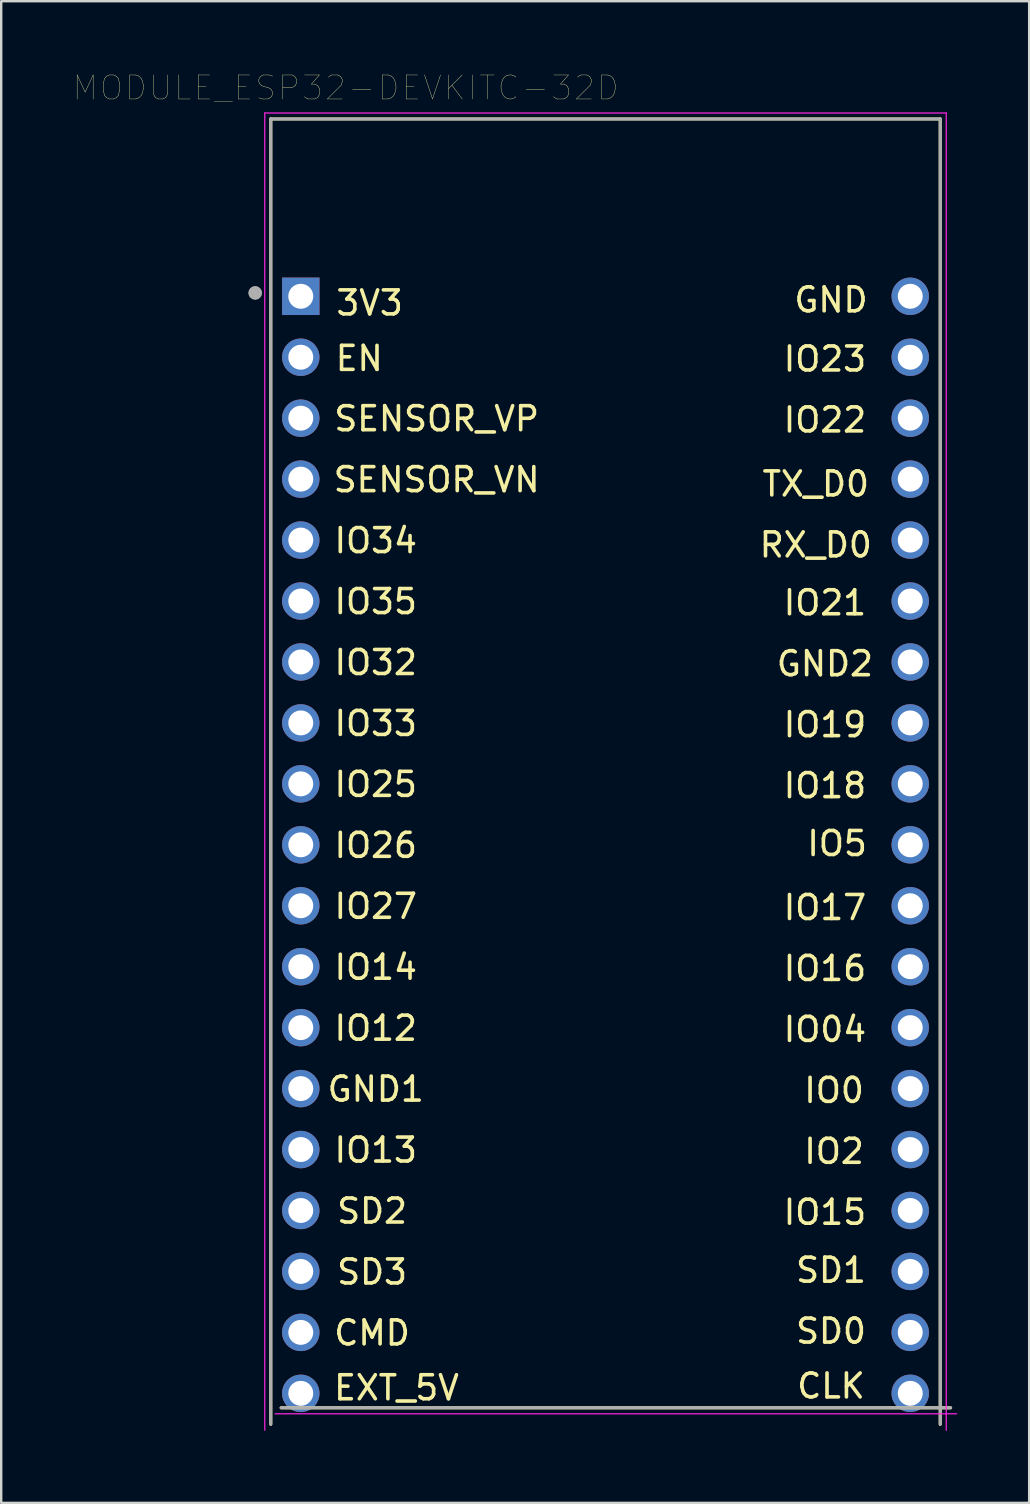
<source format=kicad_pcb>
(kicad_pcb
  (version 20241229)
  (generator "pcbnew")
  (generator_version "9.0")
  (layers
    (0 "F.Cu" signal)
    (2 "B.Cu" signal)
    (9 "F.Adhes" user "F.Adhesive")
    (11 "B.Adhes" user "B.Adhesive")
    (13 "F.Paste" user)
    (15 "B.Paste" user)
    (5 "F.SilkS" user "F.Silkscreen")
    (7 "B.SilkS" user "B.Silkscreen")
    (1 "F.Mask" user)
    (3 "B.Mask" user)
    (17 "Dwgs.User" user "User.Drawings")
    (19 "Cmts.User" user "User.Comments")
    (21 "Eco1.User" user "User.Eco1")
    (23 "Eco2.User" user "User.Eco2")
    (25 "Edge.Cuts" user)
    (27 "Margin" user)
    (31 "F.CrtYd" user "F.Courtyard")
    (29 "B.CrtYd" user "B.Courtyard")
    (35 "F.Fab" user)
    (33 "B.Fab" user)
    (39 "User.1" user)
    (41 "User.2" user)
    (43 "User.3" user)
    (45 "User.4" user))
  (footprint "MODULE_ESP32-DEVKITC-32D"
    (layer "F.Cu")
    (at 22.185 29.058)
    (property "Reference" "MODULE_ESP32-DEVKITC-32D" (at -10.829 -28.446 0) (layer "F.SilkS") (effects (font (size 1 1) (thickness 0.015))))
    (attr through_hole)
    (fp_line (start -13.95 -27.15) (end 13.95 -27.15) (stroke (width 0.127) (type solid)) (layer "F.SilkS"))
    (fp_line (start -13.95 27.25) (end -13.95 -27.15) (stroke (width 0.127) (type solid)) (layer "F.SilkS"))
    (fp_line (start 13.95 -27.15) (end 13.95 27.25) (stroke (width 0.127) (type solid)) (layer "F.SilkS"))
    (fp_line (start 14.382 26.564) (end -13.518 26.564) (stroke (width 0.127) (type solid)) (layer "F.SilkS"))
    (fp_line (start -14.2 -27.4) (end 14.2 -27.4) (stroke (width 0.05) (type solid)) (layer "F.CrtYd"))
    (fp_line (start -14.2 27.5) (end -14.2 -27.4) (stroke (width 0.05) (type solid)) (layer "F.CrtYd"))
    (fp_line (start 14.2 -27.4) (end 14.2 27.5) (stroke (width 0.05) (type solid)) (layer "F.CrtYd"))
    (fp_line (start 14.632 26.814) (end -13.768 26.814) (stroke (width 0.05) (type solid)) (layer "F.CrtYd"))
    (fp_line (start -13.95 -27.15) (end 13.95 -27.15) (stroke (width 0.127) (type solid)) (layer "F.Fab"))
    (fp_line (start -13.95 27.25) (end -13.95 -27.15) (stroke (width 0.127) (type solid)) (layer "F.Fab"))
    (fp_line (start 13.95 -27.15) (end 13.95 27.25) (stroke (width 0.127) (type solid)) (layer "F.Fab"))
    (fp_line (start 14.382 26.564) (end -13.518 26.564) (stroke (width 0.127) (type solid)) (layer "F.Fab"))
    (fp_circle (center -14.6 -19.9) (end -14.46 -19.9) (stroke (width 0.28) (type solid)) (fill no) (layer "F.Fab"))
    (fp_circle (center -14.6 -19.9) (end -14.46 -19.9) (stroke (width 0.28) (type solid)) (fill no) (layer "F.Fab"))
    (fp_text user "SENSOR_VP" (at -7.036 -14.656 0) (layer "F.SilkS") (effects (font (size 1 1) (thickness 0.15))))
    (fp_text user "SD3" (at -9.728 20.904 0) (layer "F.SilkS") (effects (font (size 1 1) (thickness 0.15))))
    (fp_text user "IO22" (at 9.144 -14.605 0) (layer "F.SilkS") (effects (font (size 1 1) (thickness 0.15))))
    (fp_text user "EN" (at -10.262 -17.17 0) (layer "F.SilkS") (effects (font (size 1 1) (thickness 0.15))))
    (fp_text user "CMD" (at -9.728 23.444 0) (layer "F.SilkS") (effects (font (size 1 1) (thickness 0.15))))
    (fp_text user "IO14" (at -9.576 8.204 0) (layer "F.SilkS") (effects (font (size 1 1) (thickness 0.15))))
    (fp_text user "IO26" (at -9.576 3.124 0) (layer "F.SilkS") (effects (font (size 1 1) (thickness 0.15))))
    (fp_text user "CLK" (at 9.398 25.654 0) (layer "F.SilkS") (effects (font (size 1 1) (thickness 0.15))))
    (fp_text user "IO25" (at -9.576 0.584 0) (layer "F.SilkS") (effects (font (size 1 1) (thickness 0.15))))
    (fp_text user "IO27" (at -9.576 5.664 0) (layer "F.SilkS") (effects (font (size 1 1) (thickness 0.15))))
    (fp_text user "IO32" (at -9.576 -4.496 0) (layer "F.SilkS") (effects (font (size 1 1) (thickness 0.15))))
    (fp_text user "IO21" (at 9.144 -6.985 0) (layer "F.SilkS") (effects (font (size 1 1) (thickness 0.15))))
    (fp_text user "GND" (at 9.398 -19.609 0) (layer "F.SilkS") (effects (font (size 1 1) (thickness 0.15))))
    (fp_text user "SD1" (at 9.398 20.828 0) (layer "F.SilkS") (effects (font (size 1 1) (thickness 0.15))))
    (fp_text user "IO13" (at -9.576 15.824 0) (layer "F.SilkS") (effects (font (size 1 1) (thickness 0.15))))
    (fp_text user "IO18" (at 9.144 0.635 0) (layer "F.SilkS") (effects (font (size 1 1) (thickness 0.15))))
    (fp_text user "IO2" (at 9.525 15.875 0) (layer "F.SilkS") (effects (font (size 1 1) (thickness 0.15))))
    (fp_text user "SD0" (at 9.398 23.368 0) (layer "F.SilkS") (effects (font (size 1 1) (thickness 0.15))))
    (fp_text user "GND1" (at -9.576 13.284 0) (layer "F.SilkS") (effects (font (size 1 1) (thickness 0.15))))
    (fp_text user "IO15" (at 9.144 18.415 0) (layer "F.SilkS") (effects (font (size 1 1) (thickness 0.15))))
    (fp_text user "3V3" (at -9.83 -19.482 0) (layer "F.SilkS") (effects (font (size 1 1) (thickness 0.15))))
    (fp_text user "IO17" (at 9.144 5.715 0) (layer "F.SilkS") (effects (font (size 1 1) (thickness 0.15))))
    (fp_text user "SD2" (at -9.728 18.364 0) (layer "F.SilkS") (effects (font (size 1 1) (thickness 0.15))))
    (fp_text user "IO23" (at 9.144 -17.145 0) (layer "F.SilkS") (effects (font (size 1 1) (thickness 0.15))))
    (fp_text user "IO35" (at -9.576 -7.036 0) (layer "F.SilkS") (effects (font (size 1 1) (thickness 0.15))))
    (fp_text user "IO12" (at -9.576 10.744 0) (layer "F.SilkS") (effects (font (size 1 1) (thickness 0.15))))
    (fp_text user "IO0" (at 9.525 13.335 0) (layer "F.SilkS") (effects (font (size 1 1) (thickness 0.15))))
    (fp_text user "IO34" (at -9.576 -9.576 0) (layer "F.SilkS") (effects (font (size 1 1) (thickness 0.15))))
    (fp_text user "IO19" (at 9.144 -1.905 0) (layer "F.SilkS") (effects (font (size 1 1) (thickness 0.15))))
    (fp_text user "IO16" (at 9.144 8.255 0) (layer "F.SilkS") (effects (font (size 1 1) (thickness 0.15))))
    (fp_text user "RX_D0" (at 8.763 -9.398 0) (layer "F.SilkS") (effects (font (size 1 1) (thickness 0.15))))
    (fp_text user "TX_D0" (at 8.763 -11.938 0) (layer "F.SilkS") (effects (font (size 1 1) (thickness 0.15))))
    (fp_text user "GND2" (at 9.144 -4.445 0) (layer "F.SilkS") (effects (font (size 1 1) (thickness 0.15))))
    (fp_text user "SENSOR_VN" (at -7.036 -12.116 0) (layer "F.SilkS") (effects (font (size 1 1) (thickness 0.15))))
    (fp_text user "IO5" (at 9.652 3.048 0) (layer "F.SilkS") (effects (font (size 1 1) (thickness 0.15))))
    (fp_text user "IO04" (at 9.144 10.795 0) (layer "F.SilkS") (effects (font (size 1 1) (thickness 0.15))))
    (fp_text user "IO33" (at -9.576 -1.956 0) (layer "F.SilkS") (effects (font (size 1 1) (thickness 0.15))))
    (fp_text user "EXT_5V" (at -8.712 25.73 0) (layer "F.SilkS") (effects (font (size 1 1) (thickness 0.15))))
    (pad "1" thru_hole rect (at -12.7 -19.76) (size 1.56 1.56) (drill 1.04) (layers "*.Cu" "*.Mask"))
    (pad "2" thru_hole circle (at -12.7 -17.22) (size 1.56 1.56) (drill 1.04) (layers "*.Cu" "*.Mask"))
    (pad "3" thru_hole circle (at -12.7 -14.68) (size 1.56 1.56) (drill 1.04) (layers "*.Cu" "*.Mask"))
    (pad "4" thru_hole circle (at -12.7 -12.14) (size 1.56 1.56) (drill 1.04) (layers "*.Cu" "*.Mask"))
    (pad "5" thru_hole circle (at -12.7 -9.6) (size 1.56 1.56) (drill 1.04) (layers "*.Cu" "*.Mask"))
    (pad "6" thru_hole circle (at -12.7 -7.06) (size 1.56 1.56) (drill 1.04) (layers "*.Cu" "*.Mask"))
    (pad "7" thru_hole circle (at -12.7 -4.52) (size 1.56 1.56) (drill 1.04) (layers "*.Cu" "*.Mask"))
    (pad "8" thru_hole circle (at -12.7 -1.98) (size 1.56 1.56) (drill 1.04) (layers "*.Cu" "*.Mask"))
    (pad "9" thru_hole circle (at -12.7 0.56) (size 1.56 1.56) (drill 1.04) (layers "*.Cu" "*.Mask"))
    (pad "10" thru_hole circle (at -12.7 3.1) (size 1.56 1.56) (drill 1.04) (layers "*.Cu" "*.Mask"))
    (pad "11" thru_hole circle (at -12.7 5.64) (size 1.56 1.56) (drill 1.04) (layers "*.Cu" "*.Mask"))
    (pad "12" thru_hole circle (at -12.7 8.18) (size 1.56 1.56) (drill 1.04) (layers "*.Cu" "*.Mask"))
    (pad "13" thru_hole circle (at -12.7 10.72) (size 1.56 1.56) (drill 1.04) (layers "*.Cu" "*.Mask"))
    (pad "14" thru_hole circle (at -12.7 13.26) (size 1.56 1.56) (drill 1.04) (layers "*.Cu" "*.Mask"))
    (pad "15" thru_hole circle (at -12.7 15.8) (size 1.56 1.56) (drill 1.04) (layers "*.Cu" "*.Mask"))
    (pad "16" thru_hole circle (at -12.7 18.34) (size 1.56 1.56) (drill 1.04) (layers "*.Cu" "*.Mask"))
    (pad "17" thru_hole circle (at -12.7 20.88) (size 1.56 1.56) (drill 1.04) (layers "*.Cu" "*.Mask"))
    (pad "18" thru_hole circle (at -12.7 23.42) (size 1.56 1.56) (drill 1.04) (layers "*.Cu" "*.Mask"))
    (pad "19" thru_hole circle (at -12.7 25.96) (size 1.56 1.56) (drill 1.04) (layers "*.Cu" "*.Mask"))
    (pad "20" thru_hole circle (at 12.7 -19.76) (size 1.56 1.56) (drill 1.04) (layers "*.Cu" "*.Mask"))
    (pad "21" thru_hole circle (at 12.7 -17.22) (size 1.56 1.56) (drill 1.04) (layers "*.Cu" "*.Mask"))
    (pad "22" thru_hole circle (at 12.7 -14.68) (size 1.56 1.56) (drill 1.04) (layers "*.Cu" "*.Mask"))
    (pad "23" thru_hole circle (at 12.7 -12.14) (size 1.56 1.56) (drill 1.04) (layers "*.Cu" "*.Mask"))
    (pad "24" thru_hole circle (at 12.7 -9.6) (size 1.56 1.56) (drill 1.04) (layers "*.Cu" "*.Mask"))
    (pad "25" thru_hole circle (at 12.7 -7.06) (size 1.56 1.56) (drill 1.04) (layers "*.Cu" "*.Mask"))
    (pad "26" thru_hole circle (at 12.7 -4.52) (size 1.56 1.56) (drill 1.04) (layers "*.Cu" "*.Mask"))
    (pad "27" thru_hole circle (at 12.7 -1.98) (size 1.56 1.56) (drill 1.04) (layers "*.Cu" "*.Mask"))
    (pad "28" thru_hole circle (at 12.7 0.56) (size 1.56 1.56) (drill 1.04) (layers "*.Cu" "*.Mask"))
    (pad "29" thru_hole circle (at 12.7 3.1) (size 1.56 1.56) (drill 1.04) (layers "*.Cu" "*.Mask"))
    (pad "30" thru_hole circle (at 12.7 5.64) (size 1.56 1.56) (drill 1.04) (layers "*.Cu" "*.Mask"))
    (pad "31" thru_hole circle (at 12.7 8.18) (size 1.56 1.56) (drill 1.04) (layers "*.Cu" "*.Mask"))
    (pad "32" thru_hole circle (at 12.7 10.72) (size 1.56 1.56) (drill 1.04) (layers "*.Cu" "*.Mask"))
    (pad "33" thru_hole circle (at 12.7 13.26) (size 1.56 1.56) (drill 1.04) (layers "*.Cu" "*.Mask"))
    (pad "34" thru_hole circle (at 12.7 15.8) (size 1.56 1.56) (drill 1.04) (layers "*.Cu" "*.Mask"))
    (pad "35" thru_hole circle (at 12.7 18.34) (size 1.56 1.56) (drill 1.04) (layers "*.Cu" "*.Mask"))
    (pad "36" thru_hole circle (at 12.7 20.88) (size 1.56 1.56) (drill 1.04) (layers "*.Cu" "*.Mask"))
    (pad "37" thru_hole circle (at 12.7 23.42) (size 1.56 1.56) (drill 1.04) (layers "*.Cu" "*.Mask"))
    (pad "38" thru_hole circle (at 12.7 25.96) (size 1.56 1.56) (drill 1.04) (layers "*.Cu" "*.Mask")))
  (gr_rect
    (start -3 -3)
    (end 39.841 59.583)
    (stroke (width 0.1) (type default))
    (fill no)
    (layer "Edge.Cuts")))
</source>
